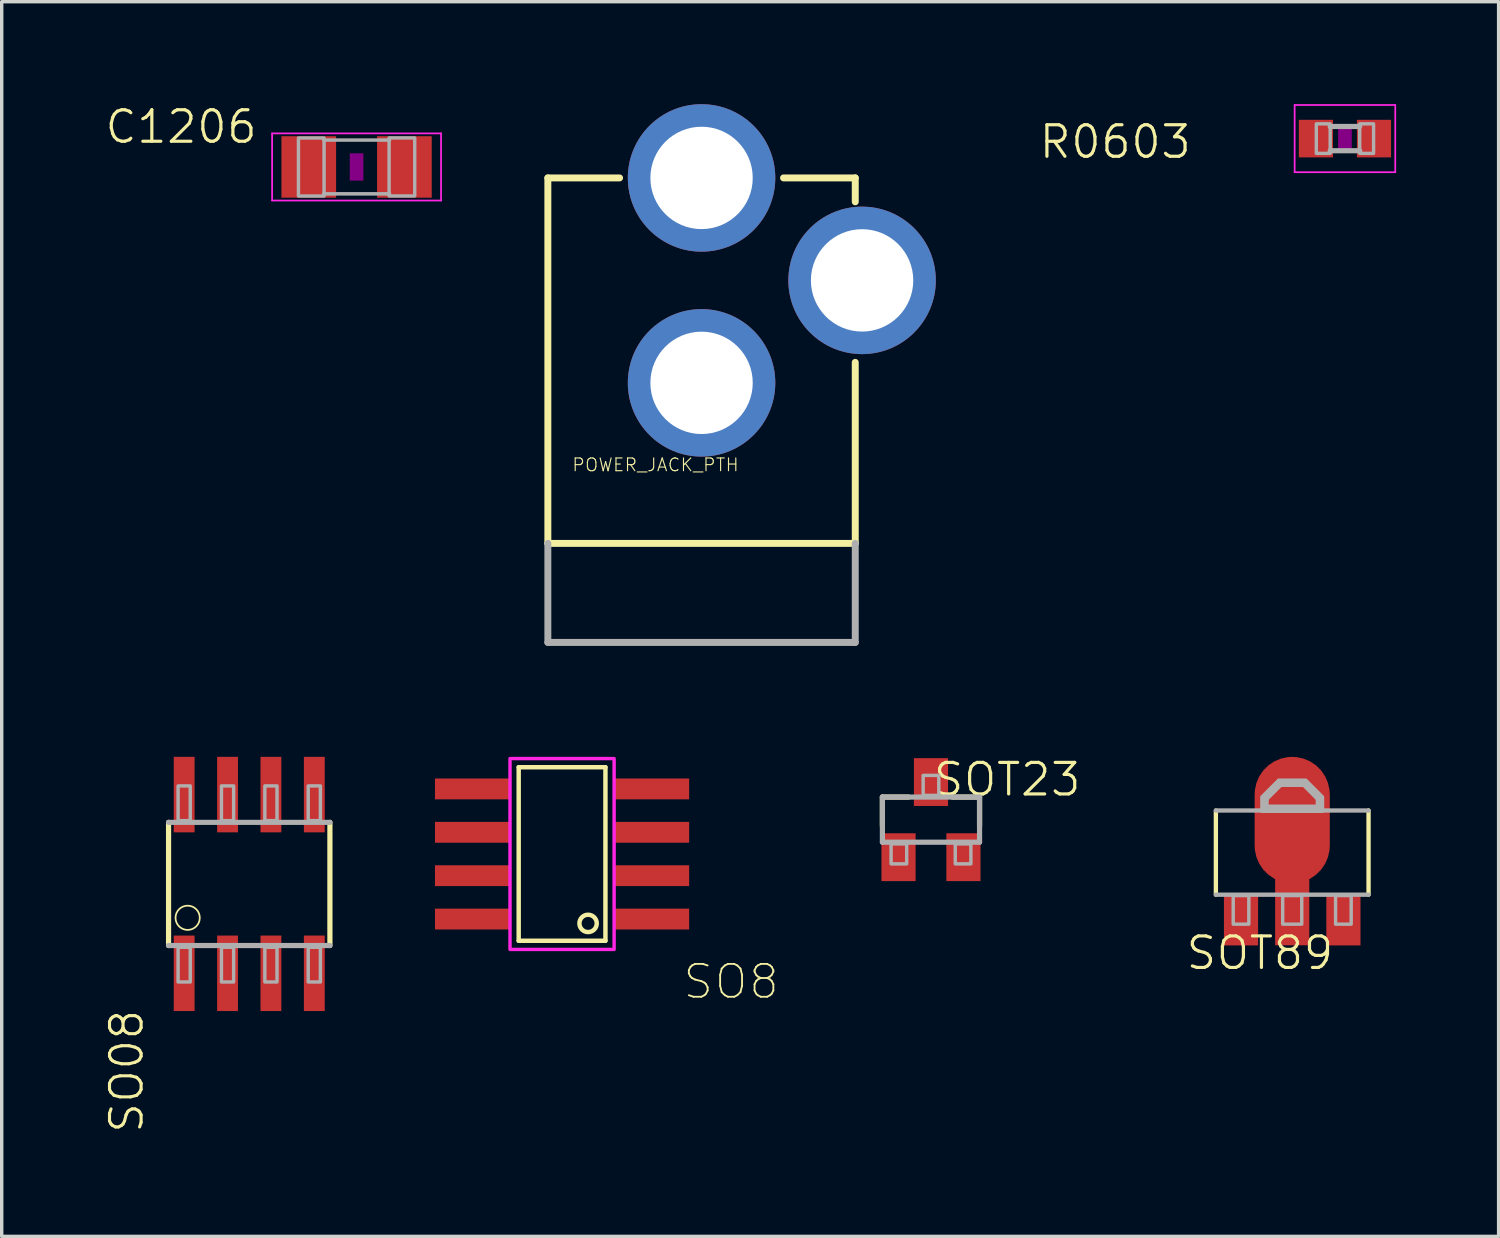
<source format=kicad_pcb>
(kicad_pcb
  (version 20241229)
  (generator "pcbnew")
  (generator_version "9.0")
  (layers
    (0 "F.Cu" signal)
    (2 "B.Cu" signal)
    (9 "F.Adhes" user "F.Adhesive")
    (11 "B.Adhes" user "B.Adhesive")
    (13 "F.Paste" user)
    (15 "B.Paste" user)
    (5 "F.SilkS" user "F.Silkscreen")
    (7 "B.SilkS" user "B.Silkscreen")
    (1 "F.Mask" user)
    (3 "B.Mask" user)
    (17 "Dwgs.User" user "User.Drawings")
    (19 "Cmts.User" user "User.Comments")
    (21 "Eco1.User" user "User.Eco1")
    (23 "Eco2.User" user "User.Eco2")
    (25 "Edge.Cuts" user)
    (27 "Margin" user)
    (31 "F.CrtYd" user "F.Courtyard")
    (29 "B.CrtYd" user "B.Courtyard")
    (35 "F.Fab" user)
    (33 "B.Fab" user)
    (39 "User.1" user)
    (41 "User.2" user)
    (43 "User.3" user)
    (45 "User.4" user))
  (footprint "C1206"
    (layer "F.Cu")
    (at 7.39 1.838)
    (property "Reference" "C1206" (at -2.857 -0.635 0) (layer "F.SilkS") (effects (font (size 0.923 0.923) (thickness 0.093)) (justify right bottom)))
    (attr through_hole)
    (fp_poly (pts (xy -0.2 0.4) (xy 0.2 0.4) (xy 0.2 -0.4) (xy -0.2 -0.4)) (stroke (width 0) (type solid)) (fill yes) (layer "F.Adhes"))
    (fp_line (start -2.473 -0.983) (end 2.473 -0.983) (stroke (width 0.051) (type solid)) (layer "F.CrtYd"))
    (fp_line (start -2.473 0.983) (end -2.473 -0.983) (stroke (width 0.051) (type solid)) (layer "F.CrtYd"))
    (fp_line (start 2.473 -0.983) (end 2.473 0.983) (stroke (width 0.051) (type solid)) (layer "F.CrtYd"))
    (fp_line (start 2.473 0.983) (end -2.473 0.983) (stroke (width 0.051) (type solid)) (layer "F.CrtYd"))
    (fp_line (start -0.965 -0.787) (end 0.965 -0.787) (stroke (width 0.102) (type solid)) (layer "F.Fab"))
    (fp_line (start -0.965 0.787) (end 0.965 0.787) (stroke (width 0.102) (type solid)) (layer "F.Fab"))
    (fp_poly (pts (xy -1.702 0.851) (xy -0.952 0.851) (xy -0.952 -0.849) (xy -1.702 -0.849)) (stroke (width 0.1) (type solid)) (fill no) (layer "F.Fab"))
    (fp_poly (pts (xy 0.952 0.849) (xy 1.702 0.849) (xy 1.702 -0.851) (xy 0.952 -0.851)) (stroke (width 0.1) (type solid)) (fill no) (layer "F.Fab"))
    (pad "1" smd rect (at -1.4 0 180) (size 1.6 1.8) (layers "F.Cu" "F.Mask" "F.Paste"))
    (pad "2" smd rect (at 1.4 0 180) (size 1.6 1.8) (layers "F.Cu" "F.Mask" "F.Paste")))
  (footprint "R0603"
    (layer "F.Cu")
    (at 36.327 1.008)
    (property "Reference" "R0603" (at -4.445 0.635 180) (layer "F.SilkS") (effects (font (size 0.923 0.923) (thickness 0.093)) (justify right bottom)))
    (attr through_hole)
    (fp_poly (pts (xy -0.2 0.4) (xy 0.2 0.4) (xy 0.2 -0.4) (xy -0.2 -0.4)) (stroke (width 0) (type solid)) (fill yes) (layer "F.Adhes"))
    (fp_line (start -1.473 -0.983) (end 1.473 -0.983) (stroke (width 0.051) (type solid)) (layer "F.CrtYd"))
    (fp_line (start -1.473 0.983) (end -1.473 -0.983) (stroke (width 0.051) (type solid)) (layer "F.CrtYd"))
    (fp_line (start 1.473 -0.983) (end 1.473 0.983) (stroke (width 0.051) (type solid)) (layer "F.CrtYd"))
    (fp_line (start 1.473 0.983) (end -1.473 0.983) (stroke (width 0.051) (type solid)) (layer "F.CrtYd"))
    (fp_line (start -0.432 0.356) (end 0.432 0.356) (stroke (width 0.152) (type solid)) (layer "F.Fab"))
    (fp_line (start 0.432 -0.356) (end -0.432 -0.356) (stroke (width 0.152) (type solid)) (layer "F.Fab"))
    (fp_poly (pts (xy -0.838 0.432) (xy -0.432 0.432) (xy -0.432 -0.432) (xy -0.838 -0.432)) (stroke (width 0.1) (type solid)) (fill no) (layer "F.Fab"))
    (fp_poly (pts (xy 0.432 0.432) (xy 0.838 0.432) (xy 0.838 -0.432) (xy 0.432 -0.432)) (stroke (width 0.1) (type solid)) (fill no) (layer "F.Fab"))
    (pad "1" smd rect (at -0.85 0 180) (size 1 1.1) (layers "F.Cu" "F.Mask" "F.Paste"))
    (pad "2" smd rect (at 0.85 0 180) (size 1 1.1) (layers "F.Cu" "F.Mask" "F.Paste")))
  (footprint "SOT89"
    (layer "F.Cu")
    (at 34.783 21.899)
    (property "Reference" "SOT89" (at 1.27 3.493 180) (layer "F.SilkS") (effects (font (size 0.923 0.923) (thickness 0.093)) (justify right bottom)))
    (attr through_hole)
    (fp_poly (pts (xy -2.025 2.775) (xy -0.975 2.775) (xy -0.975 1.2) (xy -2.025 1.2)) (stroke (width 0) (type solid)) (fill yes) (layer "F.Mask"))
    (fp_poly (pts (xy -0.525 2.775) (xy 0.525 2.775) (xy 0.525 1.2) (xy -0.525 1.2)) (stroke (width 0) (type solid)) (fill yes) (layer "F.Mask"))
    (fp_poly (pts (xy 0.975 2.775) (xy 2.025 2.775) (xy 2.025 1.2) (xy 0.975 1.2)) (stroke (width 0) (type solid)) (fill yes) (layer "F.Mask"))
    (fp_line (start -2.235 1.245) (end -2.235 -1.219) (stroke (width 0.127) (type solid)) (layer "F.SilkS"))
    (fp_line (start 2.235 -1.219) (end 2.235 1.245) (stroke (width 0.127) (type solid)) (layer "F.SilkS"))
    (fp_poly (pts (xy -1.9 2.68) (xy -1.1 2.68) (xy -1.1 1.28) (xy -1.9 1.28)) (stroke (width 0) (type solid)) (fill yes) (layer "F.Paste"))
    (fp_poly (pts (xy -0.9 0) (xy 0.9 0) (xy 0.9 -2.2) (xy -0.9 -2.2)) (stroke (width 0) (type solid)) (fill yes) (layer "F.Paste"))
    (fp_poly (pts (xy -0.4 2.68) (xy 0.4 2.68) (xy 0.4 1.28) (xy -0.4 1.28)) (stroke (width 0) (type solid)) (fill yes) (layer "F.Paste"))
    (fp_poly (pts (xy 1.1 2.68) (xy 1.9 2.68) (xy 1.9 1.28) (xy 1.1 1.28)) (stroke (width 0) (type solid)) (fill yes) (layer "F.Paste"))
    (fp_line (start -2.235 -1.219) (end 2.235 -1.219) (stroke (width 0.127) (type solid)) (layer "F.Fab"))
    (fp_line (start -0.787 -1.575) (end -0.356 -2.007) (stroke (width 0.2) (type solid)) (layer "F.Fab"))
    (fp_line (start -0.787 -1.295) (end -0.787 -1.575) (stroke (width 0.2) (type solid)) (layer "F.Fab"))
    (fp_line (start -0.356 -2.007) (end 0.356 -2.007) (stroke (width 0.2) (type solid)) (layer "F.Fab"))
    (fp_line (start 0.356 -2.007) (end 0.787 -1.575) (stroke (width 0.2) (type solid)) (layer "F.Fab"))
    (fp_line (start 0.787 -1.575) (end 0.787 -1.295) (stroke (width 0.2) (type solid)) (layer "F.Fab"))
    (fp_line (start 0.787 -1.295) (end -0.787 -1.295) (stroke (width 0.2) (type solid)) (layer "F.Fab"))
    (fp_line (start 2.235 1.245) (end -2.235 1.245) (stroke (width 0.127) (type solid)) (layer "F.Fab"))
    (fp_poly (pts (xy -1.727 2.108) (xy -1.27 2.108) (xy -1.27 1.27) (xy -1.727 1.27)) (stroke (width 0.1) (type solid)) (fill no) (layer "F.Fab"))
    (fp_poly (pts (xy -0.279 2.108) (xy 0.279 2.108) (xy 0.279 1.27) (xy -0.279 1.27)) (stroke (width 0.1) (type solid)) (fill no) (layer "F.Fab"))
    (fp_poly (pts (xy 1.27 2.108) (xy 1.727 2.108) (xy 1.727 1.27) (xy 1.27 1.27)) (stroke (width 0.1) (type solid)) (fill no) (layer "F.Fab"))
    (fp_poly (pts (xy 0.887 -1.616) (xy 0.887 -1.196) (xy -0.887 -1.196) (xy -0.887 -1.616) (xy -0.397 -2.107) (xy 0.397 -2.107)) (stroke (width 0.1) (type solid)) (fill no) (layer "F.Fab"))
    (pad "1" smd rect (at -1.499 1.981 180) (size 1 1.5) (layers "F.Cu"))
    (pad "2" smd rect (at 0 1.727 180) (size 1 2) (layers "F.Cu"))
    (pad "2@1" smd roundrect (at 0 -0.94 180) (size 2.2 3.7) (layers "F.Cu" "F.Mask") (roundrect_rratio 0.5))
    (pad "3" smd rect (at 1.499 1.981 180) (size 1 1.5) (layers "F.Cu")))
  (footprint "SO8"
    (layer "F.Cu")
    (at 13.406 21.953)
    (property "Reference" "SO8" (at 3.493 3.175 180) (layer "F.SilkS") (effects (font (size 0.962 0.962) (thickness 0.054)) (justify left top)))
    (attr through_hole)
    (fp_line (start -1.27 -2.54) (end -1.27 2.54) (stroke (width 0.13) (type solid)) (layer "F.SilkS"))
    (fp_line (start -1.27 2.54) (end 1.27 2.54) (stroke (width 0.13) (type solid)) (layer "F.SilkS"))
    (fp_line (start 1.27 -2.54) (end -1.27 -2.54) (stroke (width 0.13) (type solid)) (layer "F.SilkS"))
    (fp_line (start 1.27 2.54) (end 1.27 -2.54) (stroke (width 0.13) (type solid)) (layer "F.SilkS"))
    (fp_circle (center 0.762 2.032) (end 1.016 2.032) (stroke (width 0.13) (type solid)) (fill no) (layer "F.SilkS"))
    (fp_poly (pts (xy 1.524 2.794) (xy 1.524 -2.794) (xy -1.524 -2.794) (xy -1.524 2.794)) (stroke (width 0.1) (type solid)) (fill no) (layer "F.CrtYd"))
    (pad "1" smd rect (at 2.616 1.905 270) (size 0.61 2.21) (layers "F.Cu" "F.Mask" "F.Paste"))
    (pad "2" smd rect (at 2.616 0.635 270) (size 0.61 2.21) (layers "F.Cu" "F.Mask" "F.Paste"))
    (pad "3" smd rect (at 2.616 -0.635 270) (size 0.61 2.21) (layers "F.Cu" "F.Mask" "F.Paste"))
    (pad "4" smd rect (at 2.616 -1.905 270) (size 0.61 2.21) (layers "F.Cu" "F.Mask" "F.Paste"))
    (pad "5" smd rect (at -2.616 -1.905 270) (size 0.61 2.21) (layers "F.Cu" "F.Mask" "F.Paste"))
    (pad "6" smd rect (at -2.616 -0.635 270) (size 0.61 2.21) (layers "F.Cu" "F.Mask" "F.Paste"))
    (pad "7" smd rect (at -2.616 0.635 270) (size 0.61 2.21) (layers "F.Cu" "F.Mask" "F.Paste"))
    (pad "8" smd rect (at -2.616 1.905 270) (size 0.61 2.21) (layers "F.Cu" "F.Mask" "F.Paste")))
  (footprint "SOT23"
    (layer "F.Cu")
    (at 24.207 20.947)
    (property "Reference" "SOT23" (at 4.445 -0.635 0) (layer "F.SilkS") (effects (font (size 0.923 0.923) (thickness 0.093)) (justify right bottom)))
    (attr through_hole)
    (fp_line (start -1.422 -0.66) (end -0.658 -0.66) (stroke (width 0.152) (type solid)) (layer "F.SilkS"))
    (fp_line (start -1.422 0.185) (end -1.422 -0.66) (stroke (width 0.152) (type solid)) (layer "F.SilkS"))
    (fp_line (start 0.633 -0.66) (end 1.422 -0.66) (stroke (width 0.152) (type solid)) (layer "F.SilkS"))
    (fp_line (start 1.422 -0.66) (end 1.422 0.185) (stroke (width 0.152) (type solid)) (layer "F.SilkS"))
    (fp_line (start -1.422 -0.66) (end 1.422 -0.66) (stroke (width 0.152) (type solid)) (layer "F.Fab"))
    (fp_line (start -1.422 0.66) (end -1.422 -0.66) (stroke (width 0.152) (type solid)) (layer "F.Fab"))
    (fp_line (start 1.422 -0.66) (end 1.422 0.66) (stroke (width 0.152) (type solid)) (layer "F.Fab"))
    (fp_line (start 1.422 0.66) (end -1.422 0.66) (stroke (width 0.152) (type solid)) (layer "F.Fab"))
    (fp_poly (pts (xy -1.168 1.295) (xy -0.711 1.295) (xy -0.711 0.711) (xy -1.168 0.711)) (stroke (width 0.1) (type solid)) (fill no) (layer "F.Fab"))
    (fp_poly (pts (xy -0.229 -0.711) (xy 0.229 -0.711) (xy 0.229 -1.295) (xy -0.229 -1.295)) (stroke (width 0.1) (type solid)) (fill no) (layer "F.Fab"))
    (fp_poly (pts (xy 0.711 1.295) (xy 1.168 1.295) (xy 1.168 0.711) (xy 0.711 0.711)) (stroke (width 0.1) (type solid)) (fill no) (layer "F.Fab"))
    (pad "1" smd rect (at -0.95 1.1 180) (size 1 1.4) (layers "F.Cu" "F.Mask" "F.Paste"))
    (pad "2" smd rect (at 0.95 1.1 180) (size 1 1.4) (layers "F.Cu" "F.Mask" "F.Paste"))
    (pad "3" smd rect (at 0 -1.1 180) (size 1 1.4) (layers "F.Cu" "F.Mask" "F.Paste")))
  (footprint "SO08"
    (layer "F.Cu")
    (at 4.247 22.83)
    (property "Reference" "SO08" (at -3.048 3.619 270) (layer "F.SilkS") (effects (font (size 0.925 0.925) (thickness 0.091)) (justify right bottom)))
    (attr through_hole)
    (fp_line (start -2.362 -1.803) (end -2.362 1.803) (stroke (width 0.152) (type solid)) (layer "F.SilkS"))
    (fp_line (start 2.362 1.803) (end 2.362 -1.803) (stroke (width 0.152) (type solid)) (layer "F.SilkS"))
    (fp_circle (center -1.803 0.991) (end -1.448 0.991) (stroke (width 0.051) (type solid)) (fill no) (layer "F.SilkS"))
    (fp_line (start -2.362 1.803) (end 2.362 1.803) (stroke (width 0.152) (type solid)) (layer "F.Fab"))
    (fp_line (start 2.362 -1.803) (end -2.362 -1.803) (stroke (width 0.152) (type solid)) (layer "F.Fab"))
    (fp_poly (pts (xy -2.083 -1.854) (xy -1.727 -1.854) (xy -1.727 -2.87) (xy -2.083 -2.87)) (stroke (width 0.1) (type solid)) (fill no) (layer "F.Fab"))
    (fp_poly (pts (xy -2.083 2.87) (xy -1.727 2.87) (xy -1.727 1.854) (xy -2.083 1.854)) (stroke (width 0.1) (type solid)) (fill no) (layer "F.Fab"))
    (fp_poly (pts (xy -0.813 -1.854) (xy -0.457 -1.854) (xy -0.457 -2.87) (xy -0.813 -2.87)) (stroke (width 0.1) (type solid)) (fill no) (layer "F.Fab"))
    (fp_poly (pts (xy -0.813 2.87) (xy -0.457 2.87) (xy -0.457 1.854) (xy -0.813 1.854)) (stroke (width 0.1) (type solid)) (fill no) (layer "F.Fab"))
    (fp_poly (pts (xy 0.457 -1.854) (xy 0.813 -1.854) (xy 0.813 -2.87) (xy 0.457 -2.87)) (stroke (width 0.1) (type solid)) (fill no) (layer "F.Fab"))
    (fp_poly (pts (xy 0.457 2.87) (xy 0.813 2.87) (xy 0.813 1.854) (xy 0.457 1.854)) (stroke (width 0.1) (type solid)) (fill no) (layer "F.Fab"))
    (fp_poly (pts (xy 1.727 -1.854) (xy 2.083 -1.854) (xy 2.083 -2.87) (xy 1.727 -2.87)) (stroke (width 0.1) (type solid)) (fill no) (layer "F.Fab"))
    (fp_poly (pts (xy 1.727 2.87) (xy 2.083 2.87) (xy 2.083 1.854) (xy 1.727 1.854)) (stroke (width 0.1) (type solid)) (fill no) (layer "F.Fab"))
    (pad "1" smd rect (at -1.905 2.616 180) (size 0.61 2.21) (layers "F.Cu" "F.Mask" "F.Paste"))
    (pad "2" smd rect (at -0.635 2.616 180) (size 0.61 2.21) (layers "F.Cu" "F.Mask" "F.Paste"))
    (pad "3" smd rect (at 0.635 2.616 180) (size 0.61 2.21) (layers "F.Cu" "F.Mask" "F.Paste"))
    (pad "4" smd rect (at 1.905 2.616 180) (size 0.61 2.21) (layers "F.Cu" "F.Mask" "F.Paste"))
    (pad "5" smd rect (at 1.905 -2.616 180) (size 0.61 2.21) (layers "F.Cu" "F.Mask" "F.Paste"))
    (pad "6" smd rect (at 0.635 -2.616 180) (size 0.61 2.21) (layers "F.Cu" "F.Mask" "F.Paste"))
    (pad "7" smd rect (at -0.635 -2.616 180) (size 0.61 2.21) (layers "F.Cu" "F.Mask" "F.Paste"))
    (pad "8" smd rect (at -1.905 -2.616 180) (size 0.61 2.21) (layers "F.Cu" "F.Mask" "F.Paste")))
  (footprint "POWER_JACK_PTH"
    (layer "F.Cu")
    (at 17.49 15.859)
    (property "Reference" "POWER_JACK_PTH" (at -3.81 -5.08 0) (layer "F.SilkS") (effects (font (size 0.374 0.374) (thickness 0.033)) (justify left bottom)))
    (attr through_hole)
    (fp_line (start -4.5 -13.7) (end -2.4 -13.7) (stroke (width 0.203) (type solid)) (layer "F.SilkS"))
    (fp_line (start -4.5 -3) (end -4.5 -13.7) (stroke (width 0.203) (type solid)) (layer "F.SilkS"))
    (fp_line (start -4.5 -3) (end 4.5 -3) (stroke (width 0.203) (type solid)) (layer "F.SilkS"))
    (fp_line (start 4.5 -13.7) (end 2.4 -13.7) (stroke (width 0.203) (type solid)) (layer "F.SilkS"))
    (fp_line (start 4.5 -13.7) (end 4.5 -13) (stroke (width 0.203) (type solid)) (layer "F.SilkS"))
    (fp_line (start 4.5 -3) (end 4.5 -8.3) (stroke (width 0.203) (type solid)) (layer "F.SilkS"))
    (fp_line (start -4.5 -3) (end -4.5 -0.1) (stroke (width 0.203) (type solid)) (layer "F.Fab"))
    (fp_line (start 4.5 -0.1) (end -4.5 -0.1) (stroke (width 0.203) (type solid)) (layer "F.Fab"))
    (fp_line (start 4.5 -0.1) (end 4.5 -3) (stroke (width 0.203) (type solid)) (layer "F.Fab"))
    (pad "GND" thru_hole circle (at 0 -7.7) (size 4.318 4.318) (drill 2.997) (layers "*.Cu" "*.Mask"))
    (pad "GNDBREAK" thru_hole circle (at 4.7 -10.7 90) (size 4.318 4.318) (drill 2.997) (layers "*.Cu" "*.Mask"))
    (pad "PWR" thru_hole circle (at 0 -13.7) (size 4.318 4.318) (drill 2.997) (layers "*.Cu" "*.Mask")))
  (gr_rect
    (start -3 -3)
    (end 40.826 33.149)
    (stroke (width 0.1) (type default))
    (fill no)
    (layer "Edge.Cuts")))
</source>
